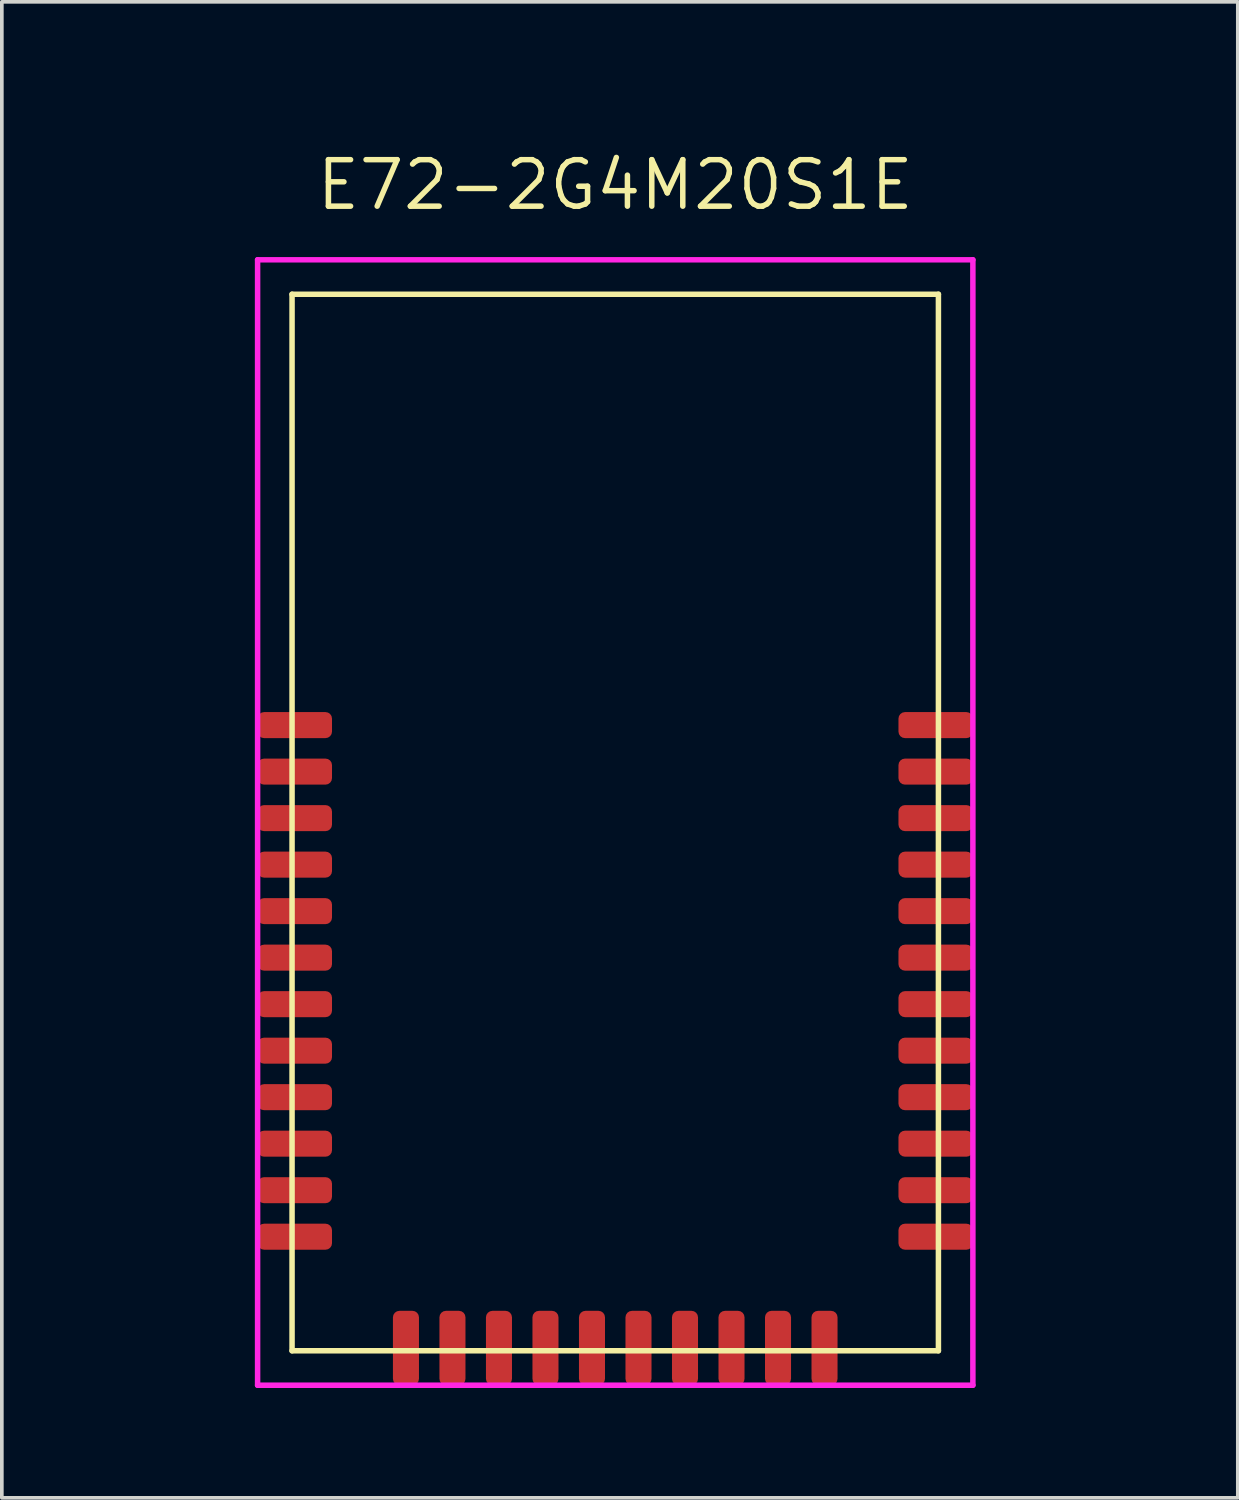
<source format=kicad_pcb>
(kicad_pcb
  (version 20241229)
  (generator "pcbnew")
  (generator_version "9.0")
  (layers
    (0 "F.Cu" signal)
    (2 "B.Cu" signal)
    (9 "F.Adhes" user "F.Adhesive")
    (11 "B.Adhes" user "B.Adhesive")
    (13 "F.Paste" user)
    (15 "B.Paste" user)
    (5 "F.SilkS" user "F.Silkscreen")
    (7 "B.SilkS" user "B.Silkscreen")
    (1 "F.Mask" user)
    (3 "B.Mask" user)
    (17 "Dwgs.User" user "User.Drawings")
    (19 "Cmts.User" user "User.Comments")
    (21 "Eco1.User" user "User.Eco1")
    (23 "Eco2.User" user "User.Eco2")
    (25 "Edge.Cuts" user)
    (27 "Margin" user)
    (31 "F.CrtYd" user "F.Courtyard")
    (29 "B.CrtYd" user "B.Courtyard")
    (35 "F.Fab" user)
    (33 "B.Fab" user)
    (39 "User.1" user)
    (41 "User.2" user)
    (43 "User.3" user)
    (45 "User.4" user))
  (footprint "E72-2G4M20S1E"
    (layer "F.Cu")
    (at 13.75 16.75)
    (property "Reference" "E72-2G4M20S1E" (at 0 -14.75 0) (layer "F.SilkS") (effects (font (size 1.27 1.27) (thickness 0.15))))
    (fp_line (start -8.825 -11.765) (end 8.825 -11.765) (stroke (width 0.15) (type solid)) (layer "F.SilkS"))
    (fp_line (start -8.825 17.085) (end -8.825 -11.765) (stroke (width 0.15) (type solid)) (layer "F.SilkS"))
    (fp_line (start 8.825 -11.765) (end 8.825 17.085) (stroke (width 0.15) (type solid)) (layer "F.SilkS"))
    (fp_line (start 8.825 17.085) (end -8.825 17.085) (stroke (width 0.15) (type solid)) (layer "F.SilkS"))
    (fp_line (start -9.766 -12.706) (end 9.766 -12.706) (stroke (width 0.15) (type solid)) (layer "F.CrtYd"))
    (fp_line (start -9.766 18.026) (end -9.766 -12.706) (stroke (width 0.15) (type solid)) (layer "F.CrtYd"))
    (fp_line (start 9.766 -12.706) (end 9.766 18.026) (stroke (width 0.15) (type solid)) (layer "F.CrtYd"))
    (fp_line (start 9.766 18.026) (end -9.766 18.026) (stroke (width 0.15) (type solid)) (layer "F.CrtYd"))
    (pad "1" smd roundrect (at -8.75 0 90) (size 0.711 2.032) (layers "F.Cu" "F.Mask" "F.Paste") (roundrect_rratio 0.25))
    (pad "2" smd roundrect (at -8.75 1.27 90) (size 0.711 2.032) (layers "F.Cu" "F.Mask" "F.Paste") (roundrect_rratio 0.25))
    (pad "3" smd roundrect (at -8.75 2.54 90) (size 0.711 2.032) (layers "F.Cu" "F.Mask" "F.Paste") (roundrect_rratio 0.25))
    (pad "4" smd roundrect (at -8.75 3.81 90) (size 0.711 2.032) (layers "F.Cu" "F.Mask" "F.Paste") (roundrect_rratio 0.25))
    (pad "5" smd roundrect (at -8.75 5.08 90) (size 0.711 2.032) (layers "F.Cu" "F.Mask" "F.Paste") (roundrect_rratio 0.25))
    (pad "6" smd roundrect (at -8.75 6.35 90) (size 0.711 2.032) (layers "F.Cu" "F.Mask" "F.Paste") (roundrect_rratio 0.25))
    (pad "7" smd roundrect (at -8.75 7.62 90) (size 0.711 2.032) (layers "F.Cu" "F.Mask" "F.Paste") (roundrect_rratio 0.25))
    (pad "8" smd roundrect (at -8.75 8.89 90) (size 0.711 2.032) (layers "F.Cu" "F.Mask" "F.Paste") (roundrect_rratio 0.25))
    (pad "9" smd roundrect (at -8.75 10.16 90) (size 0.711 2.032) (layers "F.Cu" "F.Mask" "F.Paste") (roundrect_rratio 0.25))
    (pad "10" smd roundrect (at -8.75 11.43 90) (size 0.711 2.032) (layers "F.Cu" "F.Mask" "F.Paste") (roundrect_rratio 0.25))
    (pad "11" smd roundrect (at -8.75 12.7 90) (size 0.711 2.032) (layers "F.Cu" "F.Mask" "F.Paste") (roundrect_rratio 0.25))
    (pad "12" smd roundrect (at -8.75 13.97 90) (size 0.711 2.032) (layers "F.Cu" "F.Mask" "F.Paste") (roundrect_rratio 0.25))
    (pad "13" smd roundrect (at -5.715 17.01) (size 0.711 2.032) (layers "F.Cu" "F.Mask" "F.Paste") (roundrect_rratio 0.25))
    (pad "14" smd roundrect (at -4.445 17.01) (size 0.711 2.032) (layers "F.Cu" "F.Mask" "F.Paste") (roundrect_rratio 0.25))
    (pad "15" smd roundrect (at -3.175 17.01) (size 0.711 2.032) (layers "F.Cu" "F.Mask" "F.Paste") (roundrect_rratio 0.25))
    (pad "16" smd roundrect (at -1.905 17.01) (size 0.711 2.032) (layers "F.Cu" "F.Mask" "F.Paste") (roundrect_rratio 0.25))
    (pad "17" smd roundrect (at -0.635 17.01) (size 0.711 2.032) (layers "F.Cu" "F.Mask" "F.Paste") (roundrect_rratio 0.25))
    (pad "18" smd roundrect (at 0.635 17.01) (size 0.711 2.032) (layers "F.Cu" "F.Mask" "F.Paste") (roundrect_rratio 0.25))
    (pad "19" smd roundrect (at 1.905 17.01) (size 0.711 2.032) (layers "F.Cu" "F.Mask" "F.Paste") (roundrect_rratio 0.25))
    (pad "20" smd roundrect (at 3.175 17.01) (size 0.711 2.032) (layers "F.Cu" "F.Mask" "F.Paste") (roundrect_rratio 0.25))
    (pad "21" smd roundrect (at 4.445 17.01) (size 0.711 2.032) (layers "F.Cu" "F.Mask" "F.Paste") (roundrect_rratio 0.25))
    (pad "22" smd roundrect (at 5.715 17.01) (size 0.711 2.032) (layers "F.Cu" "F.Mask" "F.Paste") (roundrect_rratio 0.25))
    (pad "23" smd roundrect (at 8.75 13.97 90) (size 0.711 2.032) (layers "F.Cu" "F.Mask" "F.Paste") (roundrect_rratio 0.25))
    (pad "24" smd roundrect (at 8.75 12.7 90) (size 0.711 2.032) (layers "F.Cu" "F.Mask" "F.Paste") (roundrect_rratio 0.25))
    (pad "25" smd roundrect (at 8.75 11.43 90) (size 0.711 2.032) (layers "F.Cu" "F.Mask" "F.Paste") (roundrect_rratio 0.25))
    (pad "26" smd roundrect (at 8.75 10.16 90) (size 0.711 2.032) (layers "F.Cu" "F.Mask" "F.Paste") (roundrect_rratio 0.25))
    (pad "27" smd roundrect (at 8.75 8.89 90) (size 0.711 2.032) (layers "F.Cu" "F.Mask" "F.Paste") (roundrect_rratio 0.25))
    (pad "28" smd roundrect (at 8.75 7.62 90) (size 0.711 2.032) (layers "F.Cu" "F.Mask" "F.Paste") (roundrect_rratio 0.25))
    (pad "29" smd roundrect (at 8.75 6.35 90) (size 0.711 2.032) (layers "F.Cu" "F.Mask" "F.Paste") (roundrect_rratio 0.25))
    (pad "30" smd roundrect (at 8.75 5.08 90) (size 0.711 2.032) (layers "F.Cu" "F.Mask" "F.Paste") (roundrect_rratio 0.25))
    (pad "31" smd roundrect (at 8.75 3.81 90) (size 0.711 2.032) (layers "F.Cu" "F.Mask" "F.Paste") (roundrect_rratio 0.25))
    (pad "32" smd roundrect (at 8.75 2.54 90) (size 0.711 2.032) (layers "F.Cu" "F.Mask" "F.Paste") (roundrect_rratio 0.25))
    (pad "33" smd roundrect (at 8.75 1.27 90) (size 0.711 2.032) (layers "F.Cu" "F.Mask" "F.Paste") (roundrect_rratio 0.25))
    (pad "34" smd roundrect (at 8.75 0 90) (size 0.711 2.032) (layers "F.Cu" "F.Mask" "F.Paste") (roundrect_rratio 0.25))
    (zone (net_name "") (layers "F.Cu" "B.Cu") (name "Antenna") (hatch edge 0.508) (connect_pads) (min_thickness 0.254) (filled_areas_thickness no) (keepout (tracks not_allowed) (vias not_allowed) (pads not_allowed) (copperpour not_allowed) (footprints not_allowed)) (placement (enabled no)) (fill) (polygon (pts (xy 27.75 11) (xy 0 11) (xy 0 0) (xy 27.75 0)))))
  (gr_rect
    (start -3 -3)
    (end 30.75 37.851)
    (stroke (width 0.1) (type default))
    (fill no)
    (layer "Edge.Cuts")))
</source>
